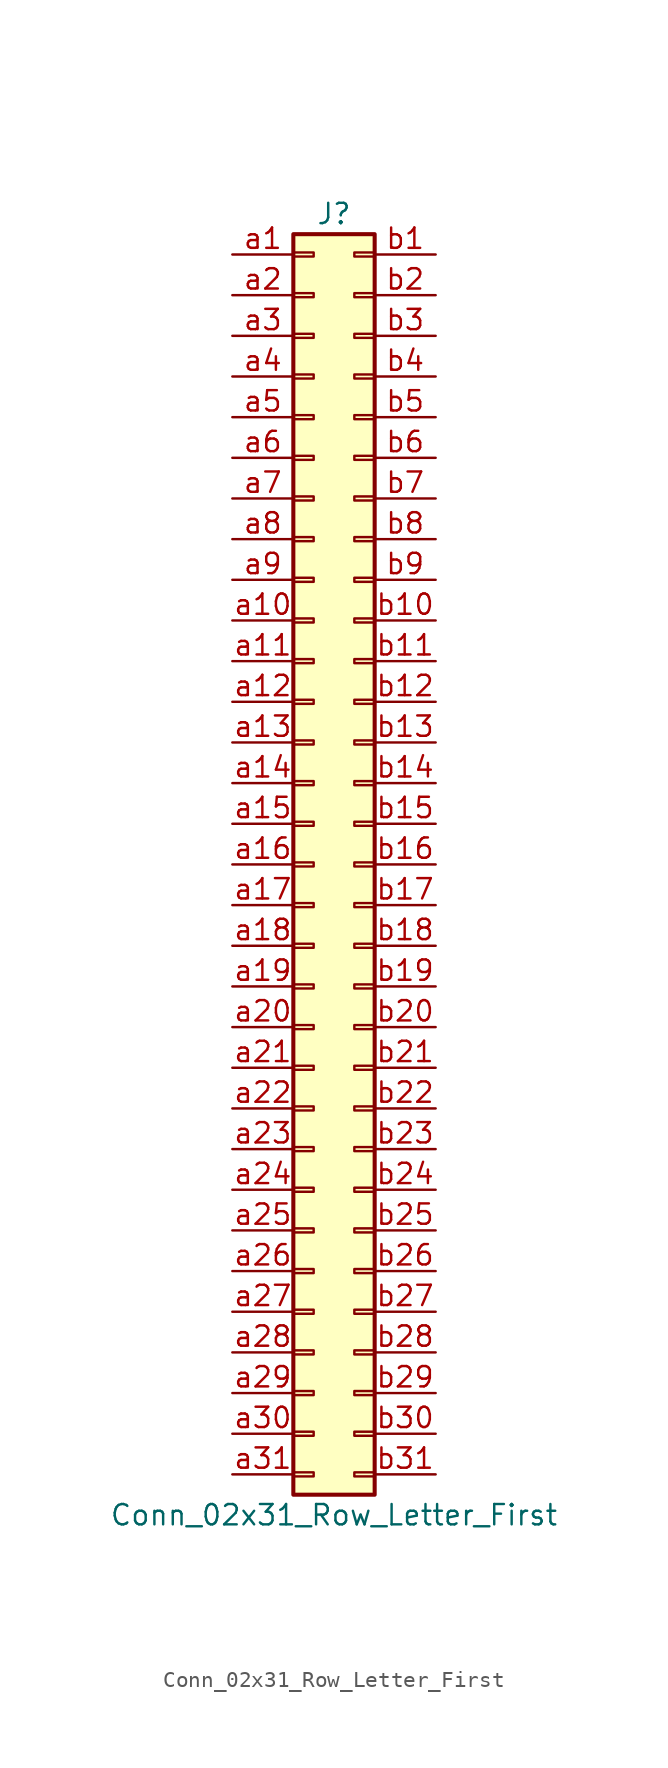
<source format=kicad_sym>
(kicad_symbol_lib
  (version 20201005)
  (generator kicad_symbol_editor)
  (symbol "Conn_02x31_Row_Letter_First"
    (pin_names
      (offset 1.016) hide)
    (property "Reference" "J"
      (at 1.27 40.64 0)
      (effects (font (size 1.27 1.27))))
    (property "Value" "Conn_02x31_Row_Letter_First"
      (at 1.27 -40.64 0)
      (effects (font (size 1.27 1.27))))
    (symbol "Conn_02x31_Row_Letter_First_1_1"
      (rectangle (start -1.27 -37.973) (end 0 -38.227) (stroke (width 0.152)) (fill (type none)))
      (rectangle (start -1.27 -35.433) (end 0 -35.687) (stroke (width 0.152)) (fill (type none)))
      (rectangle (start -1.27 -32.893) (end 0 -33.147) (stroke (width 0.152)) (fill (type none)))
      (rectangle (start -1.27 -30.353) (end 0 -30.607) (stroke (width 0.152)) (fill (type none)))
      (rectangle (start -1.27 -27.813) (end 0 -28.067) (stroke (width 0.152)) (fill (type none)))
      (rectangle (start -1.27 -25.273) (end 0 -25.527) (stroke (width 0.152)) (fill (type none)))
      (rectangle (start -1.27 -22.733) (end 0 -22.987) (stroke (width 0.152)) (fill (type none)))
      (rectangle (start -1.27 -20.193) (end 0 -20.447) (stroke (width 0.152)) (fill (type none)))
      (rectangle (start -1.27 -17.653) (end 0 -17.907) (stroke (width 0.152)) (fill (type none)))
      (rectangle (start -1.27 -15.113) (end 0 -15.367) (stroke (width 0.152)) (fill (type none)))
      (rectangle (start -1.27 -12.573) (end 0 -12.827) (stroke (width 0.152)) (fill (type none)))
      (rectangle (start -1.27 -10.033) (end 0 -10.287) (stroke (width 0.152)) (fill (type none)))
      (rectangle (start -1.27 -7.493) (end 0 -7.747) (stroke (width 0.152)) (fill (type none)))
      (rectangle (start -1.27 -4.953) (end 0 -5.207) (stroke (width 0.152)) (fill (type none)))
      (rectangle (start -1.27 -2.413) (end 0 -2.667) (stroke (width 0.152)) (fill (type none)))
      (rectangle (start -1.27 0.127) (end 0 -0.127) (stroke (width 0.152)) (fill (type none)))
      (rectangle (start -1.27 2.667) (end 0 2.413) (stroke (width 0.152)) (fill (type none)))
      (rectangle (start -1.27 5.207) (end 0 4.953) (stroke (width 0.152)) (fill (type none)))
      (rectangle (start -1.27 7.747) (end 0 7.493) (stroke (width 0.152)) (fill (type none)))
      (rectangle (start -1.27 10.287) (end 0 10.033) (stroke (width 0.152)) (fill (type none)))
      (rectangle (start -1.27 12.827) (end 0 12.573) (stroke (width 0.152)) (fill (type none)))
      (rectangle (start -1.27 15.367) (end 0 15.113) (stroke (width 0.152)) (fill (type none)))
      (rectangle (start -1.27 17.907) (end 0 17.653) (stroke (width 0.152)) (fill (type none)))
      (rectangle (start -1.27 20.447) (end 0 20.193) (stroke (width 0.152)) (fill (type none)))
      (rectangle (start -1.27 22.987) (end 0 22.733) (stroke (width 0.152)) (fill (type none)))
      (rectangle (start -1.27 25.527) (end 0 25.273) (stroke (width 0.152)) (fill (type none)))
      (rectangle (start -1.27 28.067) (end 0 27.813) (stroke (width 0.152)) (fill (type none)))
      (rectangle (start -1.27 30.607) (end 0 30.353) (stroke (width 0.152)) (fill (type none)))
      (rectangle (start -1.27 33.147) (end 0 32.893) (stroke (width 0.152)) (fill (type none)))
      (rectangle (start -1.27 35.687) (end 0 35.433) (stroke (width 0.152)) (fill (type none)))
      (rectangle (start -1.27 38.227) (end 0 37.973) (stroke (width 0.152)) (fill (type none)))
      (rectangle (start 3.81 -37.973) (end 2.54 -38.227) (stroke (width 0.152)) (fill (type none)))
      (rectangle (start 3.81 -35.433) (end 2.54 -35.687) (stroke (width 0.152)) (fill (type none)))
      (rectangle (start 3.81 -32.893) (end 2.54 -33.147) (stroke (width 0.152)) (fill (type none)))
      (rectangle (start 3.81 -30.353) (end 2.54 -30.607) (stroke (width 0.152)) (fill (type none)))
      (rectangle (start 3.81 -27.813) (end 2.54 -28.067) (stroke (width 0.152)) (fill (type none)))
      (rectangle (start 3.81 -25.273) (end 2.54 -25.527) (stroke (width 0.152)) (fill (type none)))
      (rectangle (start 3.81 -22.733) (end 2.54 -22.987) (stroke (width 0.152)) (fill (type none)))
      (rectangle (start 3.81 -20.193) (end 2.54 -20.447) (stroke (width 0.152)) (fill (type none)))
      (rectangle (start 3.81 -17.653) (end 2.54 -17.907) (stroke (width 0.152)) (fill (type none)))
      (rectangle (start 3.81 -15.113) (end 2.54 -15.367) (stroke (width 0.152)) (fill (type none)))
      (rectangle (start 3.81 -12.573) (end 2.54 -12.827) (stroke (width 0.152)) (fill (type none)))
      (rectangle (start 3.81 -10.033) (end 2.54 -10.287) (stroke (width 0.152)) (fill (type none)))
      (rectangle (start 3.81 -7.493) (end 2.54 -7.747) (stroke (width 0.152)) (fill (type none)))
      (rectangle (start 3.81 -4.953) (end 2.54 -5.207) (stroke (width 0.152)) (fill (type none)))
      (rectangle (start 3.81 -2.413) (end 2.54 -2.667) (stroke (width 0.152)) (fill (type none)))
      (rectangle (start 3.81 0.127) (end 2.54 -0.127) (stroke (width 0.152)) (fill (type none)))
      (rectangle (start 3.81 2.667) (end 2.54 2.413) (stroke (width 0.152)) (fill (type none)))
      (rectangle (start 3.81 5.207) (end 2.54 4.953) (stroke (width 0.152)) (fill (type none)))
      (rectangle (start 3.81 7.747) (end 2.54 7.493) (stroke (width 0.152)) (fill (type none)))
      (rectangle (start 3.81 10.287) (end 2.54 10.033) (stroke (width 0.152)) (fill (type none)))
      (rectangle (start 3.81 12.827) (end 2.54 12.573) (stroke (width 0.152)) (fill (type none)))
      (rectangle (start 3.81 15.367) (end 2.54 15.113) (stroke (width 0.152)) (fill (type none)))
      (rectangle (start 3.81 17.907) (end 2.54 17.653) (stroke (width 0.152)) (fill (type none)))
      (rectangle (start 3.81 20.447) (end 2.54 20.193) (stroke (width 0.152)) (fill (type none)))
      (rectangle (start 3.81 22.987) (end 2.54 22.733) (stroke (width 0.152)) (fill (type none)))
      (rectangle (start 3.81 25.527) (end 2.54 25.273) (stroke (width 0.152)) (fill (type none)))
      (rectangle (start 3.81 28.067) (end 2.54 27.813) (stroke (width 0.152)) (fill (type none)))
      (rectangle (start 3.81 30.607) (end 2.54 30.353) (stroke (width 0.152)) (fill (type none)))
      (rectangle (start 3.81 33.147) (end 2.54 32.893) (stroke (width 0.152)) (fill (type none)))
      (rectangle (start 3.81 35.687) (end 2.54 35.433) (stroke (width 0.152)) (fill (type none)))
      (rectangle (start 3.81 38.227) (end 2.54 37.973) (stroke (width 0.152)) (fill (type none)))
      (rectangle (start -1.27 39.37) (end 3.81 -39.37) (stroke (width 0.254)) (fill (type background)))
      (pin passive line (at -5.08 38.1 0) (length 3.81) (name "Pin_a1" (effects (font (size 1.27 1.27)))) (number "a1" (effects (font (size 1.27 1.27)))))
      (pin passive line (at -5.08 15.24 0) (length 3.81) (name "Pin_a10" (effects (font (size 1.27 1.27)))) (number "a10" (effects (font (size 1.27 1.27)))))
      (pin passive line (at -5.08 12.7 0) (length 3.81) (name "Pin_a11" (effects (font (size 1.27 1.27)))) (number "a11" (effects (font (size 1.27 1.27)))))
      (pin passive line (at -5.08 10.16 0) (length 3.81) (name "Pin_a12" (effects (font (size 1.27 1.27)))) (number "a12" (effects (font (size 1.27 1.27)))))
      (pin passive line (at -5.08 7.62 0) (length 3.81) (name "Pin_a13" (effects (font (size 1.27 1.27)))) (number "a13" (effects (font (size 1.27 1.27)))))
      (pin passive line (at -5.08 5.08 0) (length 3.81) (name "Pin_a14" (effects (font (size 1.27 1.27)))) (number "a14" (effects (font (size 1.27 1.27)))))
      (pin passive line (at -5.08 2.54 0) (length 3.81) (name "Pin_a15" (effects (font (size 1.27 1.27)))) (number "a15" (effects (font (size 1.27 1.27)))))
      (pin passive line (at -5.08 0 0) (length 3.81) (name "Pin_a16" (effects (font (size 1.27 1.27)))) (number "a16" (effects (font (size 1.27 1.27)))))
      (pin passive line (at -5.08 -2.54 0) (length 3.81) (name "Pin_a17" (effects (font (size 1.27 1.27)))) (number "a17" (effects (font (size 1.27 1.27)))))
      (pin passive line (at -5.08 -5.08 0) (length 3.81) (name "Pin_a18" (effects (font (size 1.27 1.27)))) (number "a18" (effects (font (size 1.27 1.27)))))
      (pin passive line (at -5.08 -7.62 0) (length 3.81) (name "Pin_a19" (effects (font (size 1.27 1.27)))) (number "a19" (effects (font (size 1.27 1.27)))))
      (pin passive line (at -5.08 35.56 0) (length 3.81) (name "Pin_a2" (effects (font (size 1.27 1.27)))) (number "a2" (effects (font (size 1.27 1.27)))))
      (pin passive line (at -5.08 -10.16 0) (length 3.81) (name "Pin_a20" (effects (font (size 1.27 1.27)))) (number "a20" (effects (font (size 1.27 1.27)))))
      (pin passive line (at -5.08 -12.7 0) (length 3.81) (name "Pin_a21" (effects (font (size 1.27 1.27)))) (number "a21" (effects (font (size 1.27 1.27)))))
      (pin passive line (at -5.08 -15.24 0) (length 3.81) (name "Pin_a22" (effects (font (size 1.27 1.27)))) (number "a22" (effects (font (size 1.27 1.27)))))
      (pin passive line (at -5.08 -17.78 0) (length 3.81) (name "Pin_a23" (effects (font (size 1.27 1.27)))) (number "a23" (effects (font (size 1.27 1.27)))))
      (pin passive line (at -5.08 -20.32 0) (length 3.81) (name "Pin_a24" (effects (font (size 1.27 1.27)))) (number "a24" (effects (font (size 1.27 1.27)))))
      (pin passive line (at -5.08 -22.86 0) (length 3.81) (name "Pin_a25" (effects (font (size 1.27 1.27)))) (number "a25" (effects (font (size 1.27 1.27)))))
      (pin passive line (at -5.08 -25.4 0) (length 3.81) (name "Pin_a26" (effects (font (size 1.27 1.27)))) (number "a26" (effects (font (size 1.27 1.27)))))
      (pin passive line (at -5.08 -27.94 0) (length 3.81) (name "Pin_a27" (effects (font (size 1.27 1.27)))) (number "a27" (effects (font (size 1.27 1.27)))))
      (pin passive line (at -5.08 -30.48 0) (length 3.81) (name "Pin_a28" (effects (font (size 1.27 1.27)))) (number "a28" (effects (font (size 1.27 1.27)))))
      (pin passive line (at -5.08 -33.02 0) (length 3.81) (name "Pin_a29" (effects (font (size 1.27 1.27)))) (number "a29" (effects (font (size 1.27 1.27)))))
      (pin passive line (at -5.08 33.02 0) (length 3.81) (name "Pin_a3" (effects (font (size 1.27 1.27)))) (number "a3" (effects (font (size 1.27 1.27)))))
      (pin passive line (at -5.08 -35.56 0) (length 3.81) (name "Pin_a30" (effects (font (size 1.27 1.27)))) (number "a30" (effects (font (size 1.27 1.27)))))
      (pin passive line (at -5.08 -38.1 0) (length 3.81) (name "Pin_a31" (effects (font (size 1.27 1.27)))) (number "a31" (effects (font (size 1.27 1.27)))))
      (pin passive line (at -5.08 30.48 0) (length 3.81) (name "Pin_a4" (effects (font (size 1.27 1.27)))) (number "a4" (effects (font (size 1.27 1.27)))))
      (pin passive line (at -5.08 27.94 0) (length 3.81) (name "Pin_a5" (effects (font (size 1.27 1.27)))) (number "a5" (effects (font (size 1.27 1.27)))))
      (pin passive line (at -5.08 25.4 0) (length 3.81) (name "Pin_a6" (effects (font (size 1.27 1.27)))) (number "a6" (effects (font (size 1.27 1.27)))))
      (pin passive line (at -5.08 22.86 0) (length 3.81) (name "Pin_a7" (effects (font (size 1.27 1.27)))) (number "a7" (effects (font (size 1.27 1.27)))))
      (pin passive line (at -5.08 20.32 0) (length 3.81) (name "Pin_a8" (effects (font (size 1.27 1.27)))) (number "a8" (effects (font (size 1.27 1.27)))))
      (pin passive line (at -5.08 17.78 0) (length 3.81) (name "Pin_a9" (effects (font (size 1.27 1.27)))) (number "a9" (effects (font (size 1.27 1.27)))))
      (pin passive line (at 7.62 38.1 180) (length 3.81) (name "Pin_b1" (effects (font (size 1.27 1.27)))) (number "b1" (effects (font (size 1.27 1.27)))))
      (pin passive line (at 7.62 15.24 180) (length 3.81) (name "Pin_b10" (effects (font (size 1.27 1.27)))) (number "b10" (effects (font (size 1.27 1.27)))))
      (pin passive line (at 7.62 12.7 180) (length 3.81) (name "Pin_b11" (effects (font (size 1.27 1.27)))) (number "b11" (effects (font (size 1.27 1.27)))))
      (pin passive line (at 7.62 10.16 180) (length 3.81) (name "Pin_b12" (effects (font (size 1.27 1.27)))) (number "b12" (effects (font (size 1.27 1.27)))))
      (pin passive line (at 7.62 7.62 180) (length 3.81) (name "Pin_b13" (effects (font (size 1.27 1.27)))) (number "b13" (effects (font (size 1.27 1.27)))))
      (pin passive line (at 7.62 5.08 180) (length 3.81) (name "Pin_b14" (effects (font (size 1.27 1.27)))) (number "b14" (effects (font (size 1.27 1.27)))))
      (pin passive line (at 7.62 2.54 180) (length 3.81) (name "Pin_b15" (effects (font (size 1.27 1.27)))) (number "b15" (effects (font (size 1.27 1.27)))))
      (pin passive line (at 7.62 0 180) (length 3.81) (name "Pin_b16" (effects (font (size 1.27 1.27)))) (number "b16" (effects (font (size 1.27 1.27)))))
      (pin passive line (at 7.62 -2.54 180) (length 3.81) (name "Pin_b17" (effects (font (size 1.27 1.27)))) (number "b17" (effects (font (size 1.27 1.27)))))
      (pin passive line (at 7.62 -5.08 180) (length 3.81) (name "Pin_b18" (effects (font (size 1.27 1.27)))) (number "b18" (effects (font (size 1.27 1.27)))))
      (pin passive line (at 7.62 -7.62 180) (length 3.81) (name "Pin_b19" (effects (font (size 1.27 1.27)))) (number "b19" (effects (font (size 1.27 1.27)))))
      (pin passive line (at 7.62 35.56 180) (length 3.81) (name "Pin_b2" (effects (font (size 1.27 1.27)))) (number "b2" (effects (font (size 1.27 1.27)))))
      (pin passive line (at 7.62 -10.16 180) (length 3.81) (name "Pin_b20" (effects (font (size 1.27 1.27)))) (number "b20" (effects (font (size 1.27 1.27)))))
      (pin passive line (at 7.62 -12.7 180) (length 3.81) (name "Pin_b21" (effects (font (size 1.27 1.27)))) (number "b21" (effects (font (size 1.27 1.27)))))
      (pin passive line (at 7.62 -15.24 180) (length 3.81) (name "Pin_b22" (effects (font (size 1.27 1.27)))) (number "b22" (effects (font (size 1.27 1.27)))))
      (pin passive line (at 7.62 -17.78 180) (length 3.81) (name "Pin_b23" (effects (font (size 1.27 1.27)))) (number "b23" (effects (font (size 1.27 1.27)))))
      (pin passive line (at 7.62 -20.32 180) (length 3.81) (name "Pin_b24" (effects (font (size 1.27 1.27)))) (number "b24" (effects (font (size 1.27 1.27)))))
      (pin passive line (at 7.62 -22.86 180) (length 3.81) (name "Pin_b25" (effects (font (size 1.27 1.27)))) (number "b25" (effects (font (size 1.27 1.27)))))
      (pin passive line (at 7.62 -25.4 180) (length 3.81) (name "Pin_b26" (effects (font (size 1.27 1.27)))) (number "b26" (effects (font (size 1.27 1.27)))))
      (pin passive line (at 7.62 -27.94 180) (length 3.81) (name "Pin_b27" (effects (font (size 1.27 1.27)))) (number "b27" (effects (font (size 1.27 1.27)))))
      (pin passive line (at 7.62 -30.48 180) (length 3.81) (name "Pin_b28" (effects (font (size 1.27 1.27)))) (number "b28" (effects (font (size 1.27 1.27)))))
      (pin passive line (at 7.62 -33.02 180) (length 3.81) (name "Pin_b29" (effects (font (size 1.27 1.27)))) (number "b29" (effects (font (size 1.27 1.27)))))
      (pin passive line (at 7.62 33.02 180) (length 3.81) (name "Pin_b3" (effects (font (size 1.27 1.27)))) (number "b3" (effects (font (size 1.27 1.27)))))
      (pin passive line (at 7.62 -35.56 180) (length 3.81) (name "Pin_b30" (effects (font (size 1.27 1.27)))) (number "b30" (effects (font (size 1.27 1.27)))))
      (pin passive line (at 7.62 -38.1 180) (length 3.81) (name "Pin_b31" (effects (font (size 1.27 1.27)))) (number "b31" (effects (font (size 1.27 1.27)))))
      (pin passive line (at 7.62 30.48 180) (length 3.81) (name "Pin_b4" (effects (font (size 1.27 1.27)))) (number "b4" (effects (font (size 1.27 1.27)))))
      (pin passive line (at 7.62 27.94 180) (length 3.81) (name "Pin_b5" (effects (font (size 1.27 1.27)))) (number "b5" (effects (font (size 1.27 1.27)))))
      (pin passive line (at 7.62 25.4 180) (length 3.81) (name "Pin_b6" (effects (font (size 1.27 1.27)))) (number "b6" (effects (font (size 1.27 1.27)))))
      (pin passive line (at 7.62 22.86 180) (length 3.81) (name "Pin_b7" (effects (font (size 1.27 1.27)))) (number "b7" (effects (font (size 1.27 1.27)))))
      (pin passive line (at 7.62 20.32 180) (length 3.81) (name "Pin_b8" (effects (font (size 1.27 1.27)))) (number "b8" (effects (font (size 1.27 1.27)))))
      (pin passive line (at 7.62 17.78 180) (length 3.81) (name "Pin_b9" (effects (font (size 1.27 1.27)))) (number "b9" (effects (font (size 1.27 1.27))))))))
</source>
